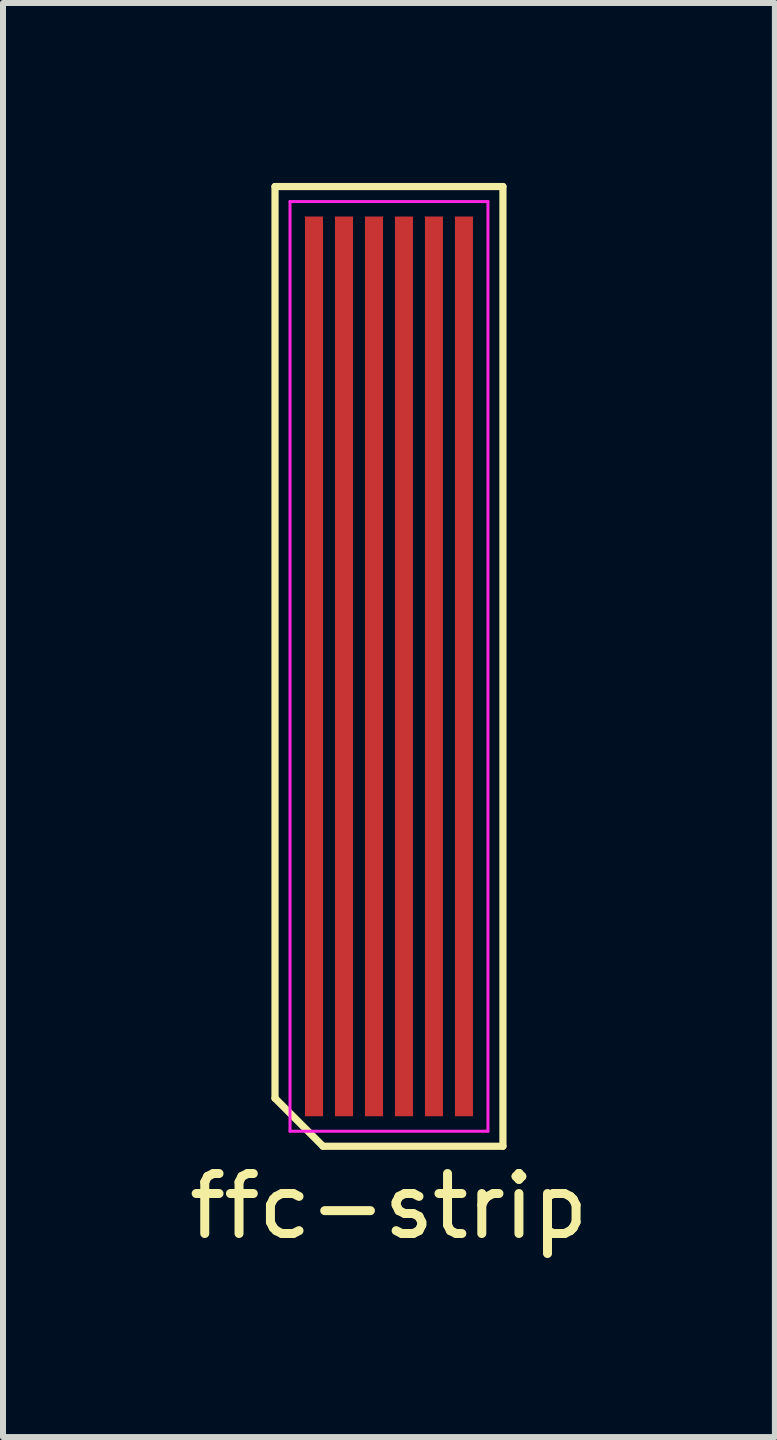
<source format=kicad_pcb>
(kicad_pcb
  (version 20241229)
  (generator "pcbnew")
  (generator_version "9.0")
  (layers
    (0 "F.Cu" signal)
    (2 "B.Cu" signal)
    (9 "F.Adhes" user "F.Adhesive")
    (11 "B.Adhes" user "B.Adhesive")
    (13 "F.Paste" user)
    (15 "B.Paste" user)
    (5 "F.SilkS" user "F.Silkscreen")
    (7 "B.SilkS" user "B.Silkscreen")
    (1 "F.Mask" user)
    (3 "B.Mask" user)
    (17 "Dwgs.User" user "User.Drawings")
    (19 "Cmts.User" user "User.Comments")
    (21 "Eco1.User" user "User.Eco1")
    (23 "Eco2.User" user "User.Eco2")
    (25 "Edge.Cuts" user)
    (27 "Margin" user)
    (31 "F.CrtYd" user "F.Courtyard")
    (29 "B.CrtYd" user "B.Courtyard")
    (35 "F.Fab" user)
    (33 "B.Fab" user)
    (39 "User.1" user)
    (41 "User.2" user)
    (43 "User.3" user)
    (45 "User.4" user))
  (footprint "ffc-strip"
    (layer "F.Cu")
    (at 3.435 8.06)
    (property "Reference" "ffc-strip" (at 0 9 0) (layer "F.SilkS") (effects (font (size 1 1) (thickness 0.15))))
    (attr through_hole)
    (fp_line (start -1.9 -8) (end 1.9 -8) (stroke (width 0.12) (type solid)) (layer "F.SilkS"))
    (fp_line (start -1.9 7.2) (end -1.9 -8) (stroke (width 0.12) (type solid)) (layer "F.SilkS"))
    (fp_line (start -1.1 8) (end -1.9 7.2) (stroke (width 0.12) (type solid)) (layer "F.SilkS"))
    (fp_line (start 1.9 -8) (end 1.9 8) (stroke (width 0.12) (type solid)) (layer "F.SilkS"))
    (fp_line (start 1.9 8) (end -1.1 8) (stroke (width 0.12) (type solid)) (layer "F.SilkS"))
    (fp_line (start -1.65 -7.75) (end 1.65 -7.75) (stroke (width 0.05) (type solid)) (layer "F.CrtYd"))
    (fp_line (start -1.65 7.75) (end -1.65 -7.75) (stroke (width 0.05) (type solid)) (layer "F.CrtYd"))
    (fp_line (start 1.65 -7.75) (end 1.65 7.75) (stroke (width 0.05) (type solid)) (layer "F.CrtYd"))
    (fp_line (start 1.65 7.75) (end -1.65 7.75) (stroke (width 0.05) (type solid)) (layer "F.CrtYd"))
    (pad "1" smd rect (at -1.25 0) (size 0.3 15) (layers "F.Cu" "F.Mask" "F.Paste"))
    (pad "2" smd rect (at -0.75 0) (size 0.3 15) (layers "F.Cu" "F.Mask" "F.Paste"))
    (pad "3" smd rect (at -0.25 0) (size 0.3 15) (layers "F.Cu" "F.Mask" "F.Paste"))
    (pad "4" smd rect (at 0.25 0) (size 0.3 15) (layers "F.Cu" "F.Mask" "F.Paste"))
    (pad "5" smd rect (at 0.75 0) (size 0.3 15) (layers "F.Cu" "F.Mask" "F.Paste"))
    (pad "6" smd rect (at 1.25 0) (size 0.3 15) (layers "F.Cu" "F.Mask" "F.Paste")))
  (gr_rect
    (start -3 -3)
    (end 9.869 20.908)
    (stroke (width 0.1) (type default))
    (fill no)
    (layer "Edge.Cuts")))
</source>
